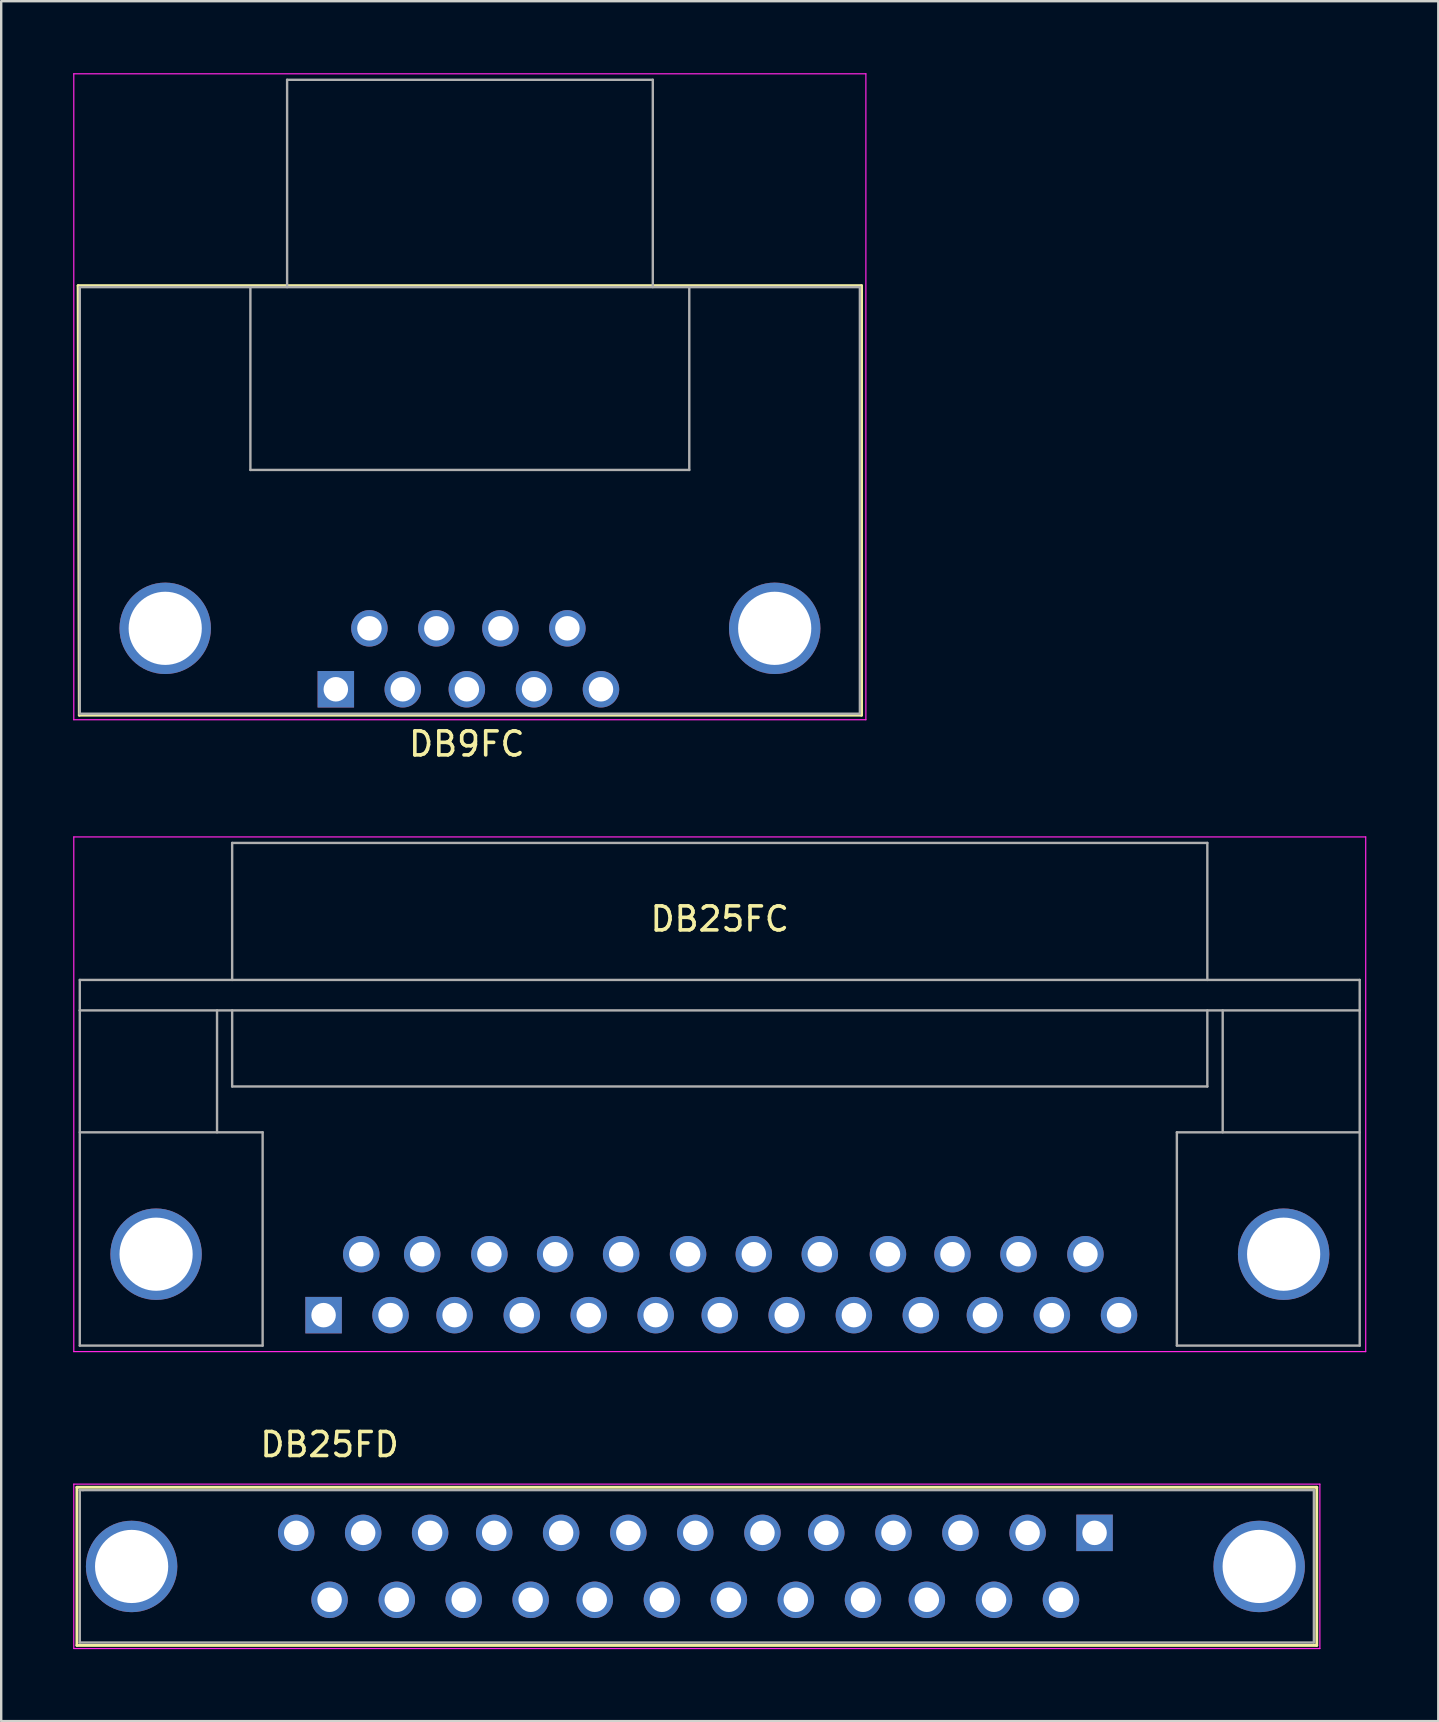
<source format=kicad_pcb>
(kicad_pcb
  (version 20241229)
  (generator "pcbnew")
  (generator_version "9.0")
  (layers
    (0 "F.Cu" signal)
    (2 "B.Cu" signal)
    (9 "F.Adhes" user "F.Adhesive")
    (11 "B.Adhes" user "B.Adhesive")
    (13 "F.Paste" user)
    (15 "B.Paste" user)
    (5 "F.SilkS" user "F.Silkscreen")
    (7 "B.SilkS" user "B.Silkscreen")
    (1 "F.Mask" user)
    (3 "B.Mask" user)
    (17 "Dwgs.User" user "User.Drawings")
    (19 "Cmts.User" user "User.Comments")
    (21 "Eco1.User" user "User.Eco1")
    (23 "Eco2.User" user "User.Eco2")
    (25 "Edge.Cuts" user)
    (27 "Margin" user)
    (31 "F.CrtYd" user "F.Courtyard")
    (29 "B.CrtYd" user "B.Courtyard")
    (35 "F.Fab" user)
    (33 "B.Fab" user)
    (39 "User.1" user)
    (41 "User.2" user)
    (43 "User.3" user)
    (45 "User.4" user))
  (footprint "DB25FC"
    (layer "F.Cu")
    (at 10.435 51.758)
    (property "Reference" "DB25FC" (at 16.51 -16.51 0) (layer "F.SilkS") (effects (font (size 1 1) (thickness 0.15))))
    (attr through_hole)
    (fp_line (start -10.41 -19.93) (end -10.41 1.52) (stroke (width 0.05) (type solid)) (layer "F.CrtYd"))
    (fp_line (start -10.41 -19.93) (end 43.43 -19.93) (stroke (width 0.05) (type solid)) (layer "F.CrtYd"))
    (fp_line (start 43.43 1.52) (end -10.41 1.52) (stroke (width 0.05) (type solid)) (layer "F.CrtYd"))
    (fp_line (start 43.43 1.52) (end 43.43 -19.93) (stroke (width 0.05) (type solid)) (layer "F.CrtYd"))
    (fp_line (start -10.16 -13.97) (end -10.16 -12.7) (stroke (width 0.1) (type solid)) (layer "F.Fab"))
    (fp_line (start -10.16 -12.7) (end 43.18 -12.7) (stroke (width 0.1) (type solid)) (layer "F.Fab"))
    (fp_line (start -10.16 -7.62) (end -2.54 -7.62) (stroke (width 0.1) (type solid)) (layer "F.Fab"))
    (fp_line (start -10.16 1.27) (end -10.16 -12.7) (stroke (width 0.1) (type solid)) (layer "F.Fab"))
    (fp_line (start -10.16 1.27) (end -2.54 1.27) (stroke (width 0.1) (type solid)) (layer "F.Fab"))
    (fp_line (start -4.44 -12.7) (end -4.44 -7.62) (stroke (width 0.1) (type solid)) (layer "F.Fab"))
    (fp_line (start -3.81 -19.68) (end -3.81 -13.97) (stroke (width 0.1) (type solid)) (layer "F.Fab"))
    (fp_line (start -3.81 -19.68) (end 36.83 -19.68) (stroke (width 0.1) (type solid)) (layer "F.Fab"))
    (fp_line (start -3.81 -9.53) (end -3.81 -12.7) (stroke (width 0.1) (type solid)) (layer "F.Fab"))
    (fp_line (start -3.81 -9.53) (end 36.83 -9.53) (stroke (width 0.1) (type solid)) (layer "F.Fab"))
    (fp_line (start -2.54 -7.62) (end -2.54 1.27) (stroke (width 0.1) (type solid)) (layer "F.Fab"))
    (fp_line (start 35.56 -7.62) (end 35.56 1.27) (stroke (width 0.1) (type solid)) (layer "F.Fab"))
    (fp_line (start 35.56 1.27) (end 43.18 1.27) (stroke (width 0.1) (type solid)) (layer "F.Fab"))
    (fp_line (start 36.83 -19.68) (end 36.83 -13.97) (stroke (width 0.1) (type solid)) (layer "F.Fab"))
    (fp_line (start 36.83 -9.53) (end 36.83 -12.7) (stroke (width 0.1) (type solid)) (layer "F.Fab"))
    (fp_line (start 37.47 -12.7) (end 37.47 -7.62) (stroke (width 0.1) (type solid)) (layer "F.Fab"))
    (fp_line (start 43.18 -13.97) (end -10.16 -13.97) (stroke (width 0.1) (type solid)) (layer "F.Fab"))
    (fp_line (start 43.18 -12.7) (end 43.18 -13.97) (stroke (width 0.1) (type solid)) (layer "F.Fab"))
    (fp_line (start 43.18 -12.7) (end 43.18 1.27) (stroke (width 0.1) (type solid)) (layer "F.Fab"))
    (fp_line (start 43.18 -7.62) (end 35.56 -7.62) (stroke (width 0.1) (type solid)) (layer "F.Fab"))
    (pad "" thru_hole circle (at -6.98 -2.54) (size 3.81 3.81) (drill 3.05) (layers "*.Cu" "*.Mask"))
    (pad "" thru_hole circle (at 40.01 -2.54) (size 3.81 3.81) (drill 3.05) (layers "*.Cu" "*.Mask"))
    (pad "1" thru_hole rect (at 0 0) (size 1.52 1.52) (drill 1.02) (layers "*.Cu" "*.Mask"))
    (pad "2" thru_hole circle (at 2.79 0) (size 1.52 1.52) (drill 1.02) (layers "*.Cu" "*.Mask"))
    (pad "3" thru_hole circle (at 5.46 0) (size 1.52 1.52) (drill 1.02) (layers "*.Cu" "*.Mask"))
    (pad "4" thru_hole circle (at 8.26 0) (size 1.52 1.52) (drill 1.02) (layers "*.Cu" "*.Mask"))
    (pad "5" thru_hole circle (at 11.05 0) (size 1.52 1.52) (drill 1.02) (layers "*.Cu" "*.Mask"))
    (pad "6" thru_hole circle (at 13.84 0) (size 1.52 1.52) (drill 1.02) (layers "*.Cu" "*.Mask"))
    (pad "7" thru_hole circle (at 16.51 0) (size 1.52 1.52) (drill 1.02) (layers "*.Cu" "*.Mask"))
    (pad "8" thru_hole circle (at 19.3 0) (size 1.52 1.52) (drill 1.02) (layers "*.Cu" "*.Mask"))
    (pad "9" thru_hole circle (at 22.1 0) (size 1.52 1.52) (drill 1.02) (layers "*.Cu" "*.Mask"))
    (pad "10" thru_hole circle (at 24.89 0) (size 1.52 1.52) (drill 1.02) (layers "*.Cu" "*.Mask"))
    (pad "11" thru_hole circle (at 27.56 0) (size 1.52 1.52) (drill 1.02) (layers "*.Cu" "*.Mask"))
    (pad "12" thru_hole circle (at 30.35 0) (size 1.52 1.52) (drill 1.02) (layers "*.Cu" "*.Mask"))
    (pad "13" thru_hole circle (at 33.15 0) (size 1.52 1.52) (drill 1.02) (layers "*.Cu" "*.Mask"))
    (pad "14" thru_hole circle (at 1.57 -2.54) (size 1.52 1.52) (drill 1.02) (layers "*.Cu" "*.Mask"))
    (pad "15" thru_hole circle (at 4.11 -2.54) (size 1.52 1.52) (drill 1.02) (layers "*.Cu" "*.Mask"))
    (pad "16" thru_hole circle (at 6.91 -2.54) (size 1.52 1.52) (drill 1.02) (layers "*.Cu" "*.Mask"))
    (pad "17" thru_hole circle (at 9.65 -2.54) (size 1.52 1.52) (drill 1.02) (layers "*.Cu" "*.Mask"))
    (pad "18" thru_hole circle (at 12.4 -2.54) (size 1.52 1.52) (drill 1.02) (layers "*.Cu" "*.Mask"))
    (pad "19" thru_hole circle (at 15.19 -2.54) (size 1.52 1.52) (drill 1.02) (layers "*.Cu" "*.Mask"))
    (pad "20" thru_hole circle (at 17.93 -2.54) (size 1.52 1.52) (drill 1.02) (layers "*.Cu" "*.Mask"))
    (pad "21" thru_hole circle (at 20.68 -2.54) (size 1.52 1.52) (drill 1.02) (layers "*.Cu" "*.Mask"))
    (pad "22" thru_hole circle (at 23.52 -2.54) (size 1.52 1.52) (drill 1.02) (layers "*.Cu" "*.Mask"))
    (pad "23" thru_hole circle (at 26.21 -2.54) (size 1.52 1.52) (drill 1.02) (layers "*.Cu" "*.Mask"))
    (pad "24" thru_hole circle (at 28.96 -2.54) (size 1.52 1.52) (drill 1.02) (layers "*.Cu" "*.Mask"))
    (pad "25" thru_hole circle (at 31.75 -2.54) (size 1.52 1.52) (drill 1.02) (layers "*.Cu" "*.Mask")))
  (footprint "DB9FC"
    (layer "F.Cu")
    (at 10.945 25.675)
    (property "Reference" "DB9FC" (at 5.46 2.28 0) (layer "F.SilkS") (effects (font (size 1 1) (thickness 0.15))))
    (attr through_hole)
    (fp_line (start -10.74 -16.82) (end -10.69 1.08) (stroke (width 0.12) (type solid)) (layer "F.SilkS"))
    (fp_line (start -10.69 1.08) (end 21.91 1.08) (stroke (width 0.12) (type solid)) (layer "F.SilkS"))
    (fp_line (start 21.91 -16.82) (end -10.74 -16.82) (stroke (width 0.12) (type solid)) (layer "F.SilkS"))
    (fp_line (start 21.91 1.08) (end 21.91 -16.82) (stroke (width 0.12) (type solid)) (layer "F.SilkS"))
    (fp_line (start -10.92 -25.65) (end -10.92 1.27) (stroke (width 0.05) (type solid)) (layer "F.CrtYd"))
    (fp_line (start -10.92 -25.65) (end 22.09 -25.65) (stroke (width 0.05) (type solid)) (layer "F.CrtYd"))
    (fp_line (start 22.09 1.27) (end -10.92 1.27) (stroke (width 0.05) (type solid)) (layer "F.CrtYd"))
    (fp_line (start 22.09 1.27) (end 22.09 -25.65) (stroke (width 0.05) (type solid)) (layer "F.CrtYd"))
    (fp_line (start -10.67 -16.76) (end -10.67 1.02) (stroke (width 0.1) (type solid)) (layer "F.Fab"))
    (fp_line (start -10.67 1.02) (end 21.84 1.02) (stroke (width 0.1) (type solid)) (layer "F.Fab"))
    (fp_line (start -3.56 -16.76) (end -3.56 -9.14) (stroke (width 0.1) (type solid)) (layer "F.Fab"))
    (fp_line (start -3.56 -9.14) (end 14.73 -9.14) (stroke (width 0.1) (type solid)) (layer "F.Fab"))
    (fp_line (start -2.03 -25.4) (end 13.21 -25.4) (stroke (width 0.1) (type solid)) (layer "F.Fab"))
    (fp_line (start -2.03 -16.76) (end -2.03 -25.4) (stroke (width 0.1) (type solid)) (layer "F.Fab"))
    (fp_line (start 13.21 -25.4) (end 13.21 -16.76) (stroke (width 0.1) (type solid)) (layer "F.Fab"))
    (fp_line (start 14.73 -9.14) (end 14.73 -16.76) (stroke (width 0.1) (type solid)) (layer "F.Fab"))
    (fp_line (start 21.84 -16.76) (end -10.67 -16.76) (stroke (width 0.1) (type solid)) (layer "F.Fab"))
    (fp_line (start 21.84 1.02) (end 21.84 -16.76) (stroke (width 0.1) (type solid)) (layer "F.Fab"))
    (pad "0" thru_hole circle (at -7.11 -2.54) (size 3.81 3.81) (drill 3.05) (layers "*.Cu" "*.Mask"))
    (pad "0" thru_hole circle (at 18.29 -2.54) (size 3.81 3.81) (drill 3.05) (layers "*.Cu" "*.Mask"))
    (pad "1" thru_hole rect (at 0 0) (size 1.52 1.52) (drill 1.02) (layers "*.Cu" "*.Mask"))
    (pad "2" thru_hole circle (at 2.79 0) (size 1.52 1.52) (drill 1.02) (layers "*.Cu" "*.Mask"))
    (pad "3" thru_hole circle (at 5.46 0) (size 1.52 1.52) (drill 1.02) (layers "*.Cu" "*.Mask"))
    (pad "4" thru_hole circle (at 8.26 0) (size 1.52 1.52) (drill 1.02) (layers "*.Cu" "*.Mask"))
    (pad "5" thru_hole circle (at 11.05 0) (size 1.52 1.52) (drill 1.02) (layers "*.Cu" "*.Mask"))
    (pad "6" thru_hole circle (at 1.4 -2.54) (size 1.52 1.52) (drill 1.02) (layers "*.Cu" "*.Mask"))
    (pad "7" thru_hole circle (at 4.19 -2.54) (size 1.52 1.52) (drill 1.02) (layers "*.Cu" "*.Mask"))
    (pad "8" thru_hole circle (at 6.86 -2.54) (size 1.52 1.52) (drill 1.02) (layers "*.Cu" "*.Mask"))
    (pad "9" thru_hole circle (at 9.65 -2.54) (size 1.52 1.52) (drill 1.02) (layers "*.Cu" "*.Mask")))
  (footprint "DB25FD"
    (layer "F.Cu")
    (at 42.565 60.831)
    (property "Reference" "DB25FD" (at -31.88 -3.68 180) (layer "F.SilkS") (effects (font (size 1 1) (thickness 0.15))))
    (attr through_hole)
    (fp_line (start -42.41 -1.9) (end -42.41 4.69) (stroke (width 0.12) (type solid)) (layer "F.SilkS"))
    (fp_line (start -42.41 -1.9) (end 9.26 -1.9) (stroke (width 0.12) (type solid)) (layer "F.SilkS"))
    (fp_line (start 9.26 4.69) (end -42.41 4.69) (stroke (width 0.12) (type solid)) (layer "F.SilkS"))
    (fp_line (start 9.26 4.69) (end 9.26 -1.9) (stroke (width 0.12) (type solid)) (layer "F.SilkS"))
    (fp_line (start -42.54 -2.03) (end -42.54 4.82) (stroke (width 0.05) (type solid)) (layer "F.CrtYd"))
    (fp_line (start -42.54 -2.03) (end 9.39 -2.03) (stroke (width 0.05) (type solid)) (layer "F.CrtYd"))
    (fp_line (start 9.39 4.82) (end -42.54 4.82) (stroke (width 0.05) (type solid)) (layer "F.CrtYd"))
    (fp_line (start 9.39 4.82) (end 9.39 -2.03) (stroke (width 0.05) (type solid)) (layer "F.CrtYd"))
    (fp_line (start -42.29 -1.78) (end -42.29 -1.78) (stroke (width 0.1) (type solid)) (layer "F.Fab"))
    (fp_line (start -42.29 -1.78) (end -42.29 4.57) (stroke (width 0.1) (type solid)) (layer "F.Fab"))
    (fp_line (start -42.29 4.57) (end 9.14 4.57) (stroke (width 0.1) (type solid)) (layer "F.Fab"))
    (fp_line (start -42.16 -1.78) (end -42.29 -1.78) (stroke (width 0.1) (type solid)) (layer "F.Fab"))
    (fp_line (start 9.14 -1.78) (end -42.16 -1.78) (stroke (width 0.1) (type solid)) (layer "F.Fab"))
    (fp_line (start 9.14 4.57) (end 9.14 -1.78) (stroke (width 0.1) (type solid)) (layer "F.Fab"))
    (pad "0" thru_hole circle (at -40.13 1.4) (size 3.81 3.81) (drill 3.05) (layers "*.Cu" "*.Mask"))
    (pad "0" thru_hole circle (at 6.86 1.4) (size 3.81 3.81) (drill 3.05) (layers "*.Cu" "*.Mask"))
    (pad "1" thru_hole rect (at 0 0) (size 1.52 1.52) (drill 1.02) (layers "*.Cu" "*.Mask"))
    (pad "2" thru_hole circle (at -2.79 0) (size 1.52 1.52) (drill 1.02) (layers "*.Cu" "*.Mask"))
    (pad "3" thru_hole circle (at -5.59 0) (size 1.52 1.52) (drill 1.02) (layers "*.Cu" "*.Mask"))
    (pad "4" thru_hole circle (at -8.38 0) (size 1.52 1.52) (drill 1.02) (layers "*.Cu" "*.Mask"))
    (pad "5" thru_hole circle (at -11.18 0) (size 1.52 1.52) (drill 1.02) (layers "*.Cu" "*.Mask"))
    (pad "6" thru_hole circle (at -13.84 0) (size 1.52 1.52) (drill 1.02) (layers "*.Cu" "*.Mask"))
    (pad "7" thru_hole circle (at -16.64 0) (size 1.52 1.52) (drill 1.02) (layers "*.Cu" "*.Mask"))
    (pad "8" thru_hole circle (at -19.43 0) (size 1.52 1.52) (drill 1.02) (layers "*.Cu" "*.Mask"))
    (pad "9" thru_hole circle (at -22.23 0) (size 1.52 1.52) (drill 1.02) (layers "*.Cu" "*.Mask"))
    (pad "10" thru_hole circle (at -25.02 0) (size 1.52 1.52) (drill 1.02) (layers "*.Cu" "*.Mask"))
    (pad "11" thru_hole circle (at -27.69 0) (size 1.52 1.52) (drill 1.02) (layers "*.Cu" "*.Mask"))
    (pad "12" thru_hole circle (at -30.48 0) (size 1.52 1.52) (drill 1.02) (layers "*.Cu" "*.Mask"))
    (pad "13" thru_hole circle (at -33.27 0) (size 1.52 1.52) (drill 1.02) (layers "*.Cu" "*.Mask"))
    (pad "14" thru_hole circle (at -1.4 2.79) (size 1.52 1.52) (drill 1.02) (layers "*.Cu" "*.Mask"))
    (pad "15" thru_hole circle (at -4.19 2.79) (size 1.52 1.52) (drill 1.02) (layers "*.Cu" "*.Mask"))
    (pad "16" thru_hole circle (at -6.99 2.79) (size 1.52 1.52) (drill 1.02) (layers "*.Cu" "*.Mask"))
    (pad "17" thru_hole circle (at -9.65 2.79) (size 1.52 1.52) (drill 1.02) (layers "*.Cu" "*.Mask"))
    (pad "18" thru_hole circle (at -12.45 2.79) (size 1.52 1.52) (drill 1.02) (layers "*.Cu" "*.Mask"))
    (pad "19" thru_hole circle (at -15.24 2.79) (size 1.52 1.52) (drill 1.02) (layers "*.Cu" "*.Mask"))
    (pad "20" thru_hole circle (at -18.03 2.79) (size 1.52 1.52) (drill 1.02) (layers "*.Cu" "*.Mask"))
    (pad "21" thru_hole circle (at -20.83 2.79) (size 1.52 1.52) (drill 1.02) (layers "*.Cu" "*.Mask"))
    (pad "22" thru_hole circle (at -23.5 2.79) (size 1.52 1.52) (drill 1.02) (layers "*.Cu" "*.Mask"))
    (pad "23" thru_hole circle (at -26.29 2.79) (size 1.52 1.52) (drill 1.02) (layers "*.Cu" "*.Mask"))
    (pad "24" thru_hole circle (at -29.08 2.79) (size 1.52 1.52) (drill 1.02) (layers "*.Cu" "*.Mask"))
    (pad "25" thru_hole circle (at -31.88 2.79) (size 1.52 1.52) (drill 1.02) (layers "*.Cu" "*.Mask")))
  (gr_rect
    (start -3 -3)
    (end 56.89 68.677)
    (stroke (width 0.1) (type default))
    (fill no)
    (layer "Edge.Cuts")))
</source>
